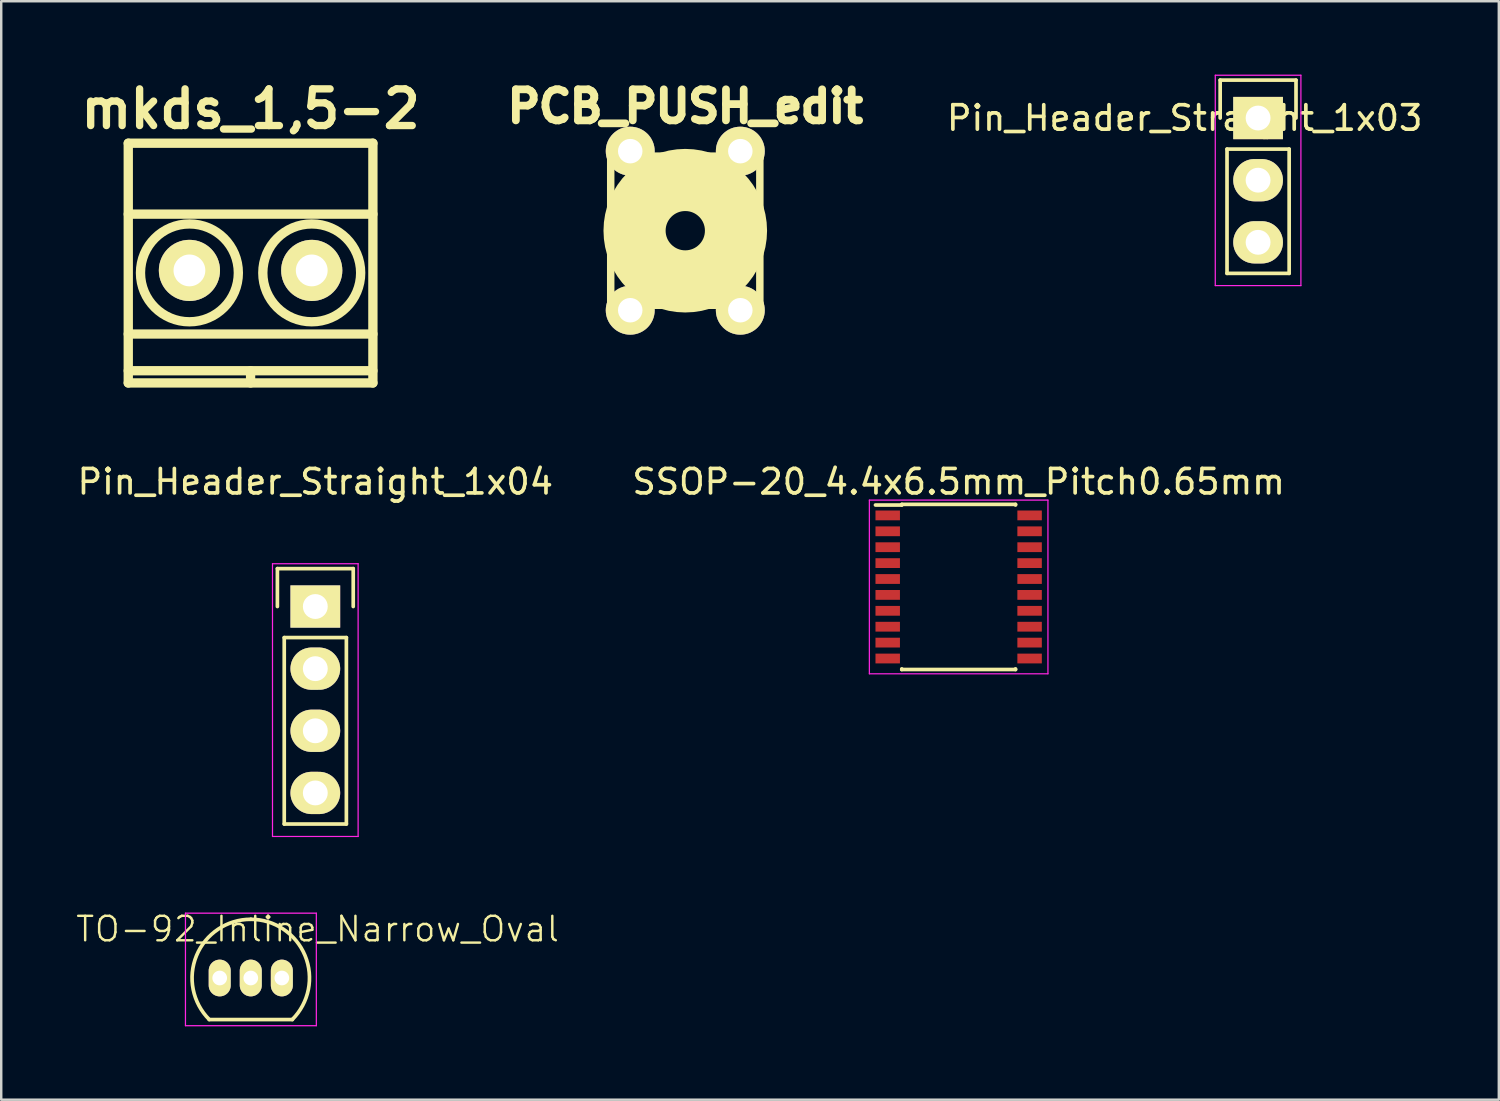
<source format=kicad_pcb>
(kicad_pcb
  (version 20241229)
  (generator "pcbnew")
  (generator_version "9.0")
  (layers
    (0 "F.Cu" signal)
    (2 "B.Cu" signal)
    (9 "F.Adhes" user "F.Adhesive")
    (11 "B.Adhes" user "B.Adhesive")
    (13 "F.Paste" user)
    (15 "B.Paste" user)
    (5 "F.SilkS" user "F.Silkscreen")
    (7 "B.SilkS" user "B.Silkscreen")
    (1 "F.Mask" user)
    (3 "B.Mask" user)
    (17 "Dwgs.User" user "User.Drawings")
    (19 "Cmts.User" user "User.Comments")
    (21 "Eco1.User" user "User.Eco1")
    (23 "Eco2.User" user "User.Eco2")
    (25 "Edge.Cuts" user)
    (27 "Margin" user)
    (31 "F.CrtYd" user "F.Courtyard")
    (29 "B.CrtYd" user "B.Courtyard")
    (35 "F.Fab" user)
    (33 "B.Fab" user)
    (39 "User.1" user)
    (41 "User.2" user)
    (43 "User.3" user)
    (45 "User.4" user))
  (footprint "Pin_Header_Straight_1x03"
    (layer "F.Cu")
    (at 48.377 1.775)
    (property "Reference" "Pin_Header_Straight_1x03" (at -3 0 0) (layer "F.SilkS") (effects (font (size 1 1) (thickness 0.15))))
    (attr through_hole)
    (fp_line (start -1.55 -1.55) (end 1.55 -1.55) (stroke (width 0.15) (type solid)) (layer "F.SilkS"))
    (fp_line (start -1.55 0) (end -1.55 -1.55) (stroke (width 0.15) (type solid)) (layer "F.SilkS"))
    (fp_line (start -1.27 1.27) (end -1.27 6.35) (stroke (width 0.15) (type solid)) (layer "F.SilkS"))
    (fp_line (start -1.27 6.35) (end 1.27 6.35) (stroke (width 0.15) (type solid)) (layer "F.SilkS"))
    (fp_line (start 1.27 1.27) (end -1.27 1.27) (stroke (width 0.15) (type solid)) (layer "F.SilkS"))
    (fp_line (start 1.27 6.35) (end 1.27 1.27) (stroke (width 0.15) (type solid)) (layer "F.SilkS"))
    (fp_line (start 1.55 -1.55) (end 1.55 0) (stroke (width 0.15) (type solid)) (layer "F.SilkS"))
    (fp_line (start -1.75 -1.75) (end -1.75 6.85) (stroke (width 0.05) (type solid)) (layer "F.CrtYd"))
    (fp_line (start -1.75 -1.75) (end 1.75 -1.75) (stroke (width 0.05) (type solid)) (layer "F.CrtYd"))
    (fp_line (start -1.75 6.85) (end 1.75 6.85) (stroke (width 0.05) (type solid)) (layer "F.CrtYd"))
    (fp_line (start 1.75 -1.75) (end 1.75 6.85) (stroke (width 0.05) (type solid)) (layer "F.CrtYd"))
    (pad "1" thru_hole rect (at 0 0) (size 2.032 1.727) (drill 1.016) (layers "*.Cu" "*.Mask" "F.SilkS"))
    (pad "2" thru_hole oval (at 0 2.54) (size 2.032 1.727) (drill 1.016) (layers "*.Cu" "*.Mask" "F.SilkS"))
    (pad "3" thru_hole oval (at 0 5.08) (size 2.032 1.727) (drill 1.016) (layers "*.Cu" "*.Mask" "F.SilkS")))
  (footprint "mkds_1,5-2"
    (layer "F.Cu")
    (at 7.193 8.004)
    (property "Reference" "mkds_1,5-2" (at 0 -6.6 0) (layer "F.SilkS") (effects (font (size 1.5 1.5) (thickness 0.3))))
    (attr through_hole)
    (fp_line (start -5 -5.2) (end -5 4.6) (stroke (width 0.381) (type solid)) (layer "F.SilkS"))
    (fp_line (start -5 -2.3) (end 5 -2.3) (stroke (width 0.381) (type solid)) (layer "F.SilkS"))
    (fp_line (start -5 2.6) (end 5 2.6) (stroke (width 0.381) (type solid)) (layer "F.SilkS"))
    (fp_line (start -5 4.1) (end 5 4.1) (stroke (width 0.381) (type solid)) (layer "F.SilkS"))
    (fp_line (start -5 4.6) (end 5 4.6) (stroke (width 0.381) (type solid)) (layer "F.SilkS"))
    (fp_line (start 0 4.1) (end 0 4.6) (stroke (width 0.381) (type solid)) (layer "F.SilkS"))
    (fp_line (start 5 -5.2) (end -5 -5.2) (stroke (width 0.381) (type solid)) (layer "F.SilkS"))
    (fp_line (start 5 4.6) (end 5 -5.2) (stroke (width 0.381) (type solid)) (layer "F.SilkS"))
    (fp_circle (center -2.5 0.1) (end -0.5 0.1) (stroke (width 0.381) (type solid)) (fill no) (layer "F.SilkS"))
    (fp_circle (center 2.5 0.1) (end 0.5 0.1) (stroke (width 0.381) (type solid)) (fill no) (layer "F.SilkS"))
    (pad "1" thru_hole circle (at -2.5 0) (size 2.5 2.5) (drill 1.3) (layers "*.Cu" "*.Mask" "F.SilkS"))
    (pad "2" thru_hole circle (at 2.5 0) (size 2.5 2.5) (drill 1.3) (layers "*.Cu" "*.Mask" "F.SilkS")))
  (footprint "TO-92_Inline_Narrow_Oval"
    (layer "F.Cu")
    (at 5.931 36.928)
    (property "Reference" "TO-92_Inline_Narrow_Oval" (at 4 -2 0) (layer "F.SilkS") (effects (font (size 1 1) (thickness 0.1))))
    (attr through_hole)
    (fp_line (start -0.43 1.7) (end 2.97 1.7) (stroke (width 0.15) (type solid)) (layer "F.SilkS"))
    (fp_arc (start -0.427056 1.697056) (mid -0.947311 -0.91844) (end 1.27 -2.4) (stroke (width 0.15) (type solid)) (layer "F.SilkS"))
    (fp_arc (start 1.27 -2.4) (mid 3.487311 -0.91844) (end 2.967056 1.697056) (stroke (width 0.15) (type solid)) (layer "F.SilkS"))
    (fp_line (start -1.4 -2.65) (end 3.95 -2.65) (stroke (width 0.05) (type solid)) (layer "F.CrtYd"))
    (fp_line (start -1.4 1.95) (end -1.4 -2.65) (stroke (width 0.05) (type solid)) (layer "F.CrtYd"))
    (fp_line (start -1.4 1.95) (end 3.95 1.95) (stroke (width 0.05) (type solid)) (layer "F.CrtYd"))
    (fp_line (start 3.95 1.95) (end 3.95 -2.65) (stroke (width 0.05) (type solid)) (layer "F.CrtYd"))
    (pad "1" thru_hole oval (at 0 0 180) (size 0.899 1.501) (drill 0.6) (layers "*.Cu" "*.Mask" "F.SilkS"))
    (pad "2" thru_hole oval (at 1.27 0 180) (size 0.899 1.501) (drill 0.6) (layers "*.Cu" "*.Mask" "F.SilkS"))
    (pad "3" thru_hole oval (at 2.54 0 180) (size 0.899 1.501) (drill 0.6) (layers "*.Cu" "*.Mask" "F.SilkS")))
  (footprint "SSOP-20_4.4x6.5mm_Pitch0.65mm"
    (layer "F.Cu")
    (at 36.137 20.943)
    (property "Reference" "SSOP-20_4.4x6.5mm_Pitch0.65mm" (at 0 -4.3 0) (layer "F.SilkS") (effects (font (size 1 1) (thickness 0.15))))
    (attr smd)
    (fp_line (start -2.325 -3.375) (end -2.325 -3.35) (stroke (width 0.15) (type solid)) (layer "F.SilkS"))
    (fp_line (start -2.325 -3.375) (end 2.325 -3.375) (stroke (width 0.15) (type solid)) (layer "F.SilkS"))
    (fp_line (start -2.325 -3.35) (end -3.4 -3.35) (stroke (width 0.15) (type solid)) (layer "F.SilkS"))
    (fp_line (start -2.325 3.375) (end -2.325 3.35) (stroke (width 0.15) (type solid)) (layer "F.SilkS"))
    (fp_line (start -2.325 3.375) (end 2.325 3.375) (stroke (width 0.15) (type solid)) (layer "F.SilkS"))
    (fp_line (start 2.325 -3.375) (end 2.325 -3.35) (stroke (width 0.15) (type solid)) (layer "F.SilkS"))
    (fp_line (start 2.325 3.375) (end 2.325 3.35) (stroke (width 0.15) (type solid)) (layer "F.SilkS"))
    (fp_line (start -3.65 -3.55) (end -3.65 3.55) (stroke (width 0.05) (type solid)) (layer "F.CrtYd"))
    (fp_line (start -3.65 -3.55) (end 3.65 -3.55) (stroke (width 0.05) (type solid)) (layer "F.CrtYd"))
    (fp_line (start -3.65 3.55) (end 3.65 3.55) (stroke (width 0.05) (type solid)) (layer "F.CrtYd"))
    (fp_line (start 3.65 -3.55) (end 3.65 3.55) (stroke (width 0.05) (type solid)) (layer "F.CrtYd"))
    (pad "1" smd rect (at -2.9 -2.925) (size 1 0.4) (layers "F.Cu" "F.Mask" "F.Paste"))
    (pad "2" smd rect (at -2.9 -2.275) (size 1 0.4) (layers "F.Cu" "F.Mask" "F.Paste"))
    (pad "3" smd rect (at -2.9 -1.625) (size 1 0.4) (layers "F.Cu" "F.Mask" "F.Paste"))
    (pad "4" smd rect (at -2.9 -0.975) (size 1 0.4) (layers "F.Cu" "F.Mask" "F.Paste"))
    (pad "5" smd rect (at -2.9 -0.325) (size 1 0.4) (layers "F.Cu" "F.Mask" "F.Paste"))
    (pad "6" smd rect (at -2.9 0.325) (size 1 0.4) (layers "F.Cu" "F.Mask" "F.Paste"))
    (pad "7" smd rect (at -2.9 0.975) (size 1 0.4) (layers "F.Cu" "F.Mask" "F.Paste"))
    (pad "8" smd rect (at -2.9 1.625) (size 1 0.4) (layers "F.Cu" "F.Mask" "F.Paste"))
    (pad "9" smd rect (at -2.9 2.275) (size 1 0.4) (layers "F.Cu" "F.Mask" "F.Paste"))
    (pad "10" smd rect (at -2.9 2.925) (size 1 0.4) (layers "F.Cu" "F.Mask" "F.Paste"))
    (pad "11" smd rect (at 2.9 2.925) (size 1 0.4) (layers "F.Cu" "F.Mask" "F.Paste"))
    (pad "12" smd rect (at 2.9 2.275) (size 1 0.4) (layers "F.Cu" "F.Mask" "F.Paste"))
    (pad "13" smd rect (at 2.9 1.625) (size 1 0.4) (layers "F.Cu" "F.Mask" "F.Paste"))
    (pad "14" smd rect (at 2.9 0.975) (size 1 0.4) (layers "F.Cu" "F.Mask" "F.Paste"))
    (pad "15" smd rect (at 2.9 0.325) (size 1 0.4) (layers "F.Cu" "F.Mask" "F.Paste"))
    (pad "16" smd rect (at 2.9 -0.325) (size 1 0.4) (layers "F.Cu" "F.Mask" "F.Paste"))
    (pad "17" smd rect (at 2.9 -0.975) (size 1 0.4) (layers "F.Cu" "F.Mask" "F.Paste"))
    (pad "18" smd rect (at 2.9 -1.625) (size 1 0.4) (layers "F.Cu" "F.Mask" "F.Paste"))
    (pad "19" smd rect (at 2.9 -2.275) (size 1 0.4) (layers "F.Cu" "F.Mask" "F.Paste"))
    (pad "20" smd rect (at 2.9 -2.925) (size 1 0.4) (layers "F.Cu" "F.Mask" "F.Paste")))
  (footprint "PCB_PUSH_edit"
    (layer "F.Cu")
    (at 24.962 6.38)
    (property "Reference" "PCB_PUSH_edit" (at 0 -5.08 0) (layer "F.SilkS") (effects (font (size 1.27 1.27) (thickness 0.318))))
    (attr through_hole)
    (fp_line (start -3.048 -3.048) (end 3.048 -3.048) (stroke (width 0.305) (type solid)) (layer "F.SilkS"))
    (fp_line (start -3.048 3.048) (end -3.048 -3.048) (stroke (width 0.305) (type solid)) (layer "F.SilkS"))
    (fp_line (start 3.048 -3.048) (end 3.048 3.048) (stroke (width 0.305) (type solid)) (layer "F.SilkS"))
    (fp_line (start 3.048 3.048) (end -3.048 3.048) (stroke (width 0.305) (type solid)) (layer "F.SilkS"))
    (fp_circle (center 0 0) (end -0.762 0.254) (stroke (width 2.54) (type solid)) (fill no) (layer "F.SilkS"))
    (pad "1" thru_hole circle (at -2.25 -3.251) (size 1.999 1.999) (drill 1.001) (layers "*.Cu" "*.Mask" "F.SilkS"))
    (pad "1" thru_hole circle (at -2.25 3.251) (size 1.999 1.999) (drill 1.001) (layers "*.Cu" "*.Mask" "F.SilkS"))
    (pad "2" thru_hole circle (at 2.25 -3.251) (size 1.999 1.999) (drill 1.001) (layers "*.Cu" "*.Mask" "F.SilkS"))
    (pad "2" thru_hole circle (at 2.25 3.251) (size 1.999 1.999) (drill 1.001) (layers "*.Cu" "*.Mask" "F.SilkS")))
  (footprint "Pin_Header_Straight_1x04"
    (layer "F.Cu")
    (at 9.839 21.743)
    (property "Reference" "Pin_Header_Straight_1x04" (at 0 -5.1 0) (layer "F.SilkS") (effects (font (size 1 1) (thickness 0.15))))
    (attr through_hole)
    (fp_line (start -1.55 -1.55) (end 1.55 -1.55) (stroke (width 0.15) (type solid)) (layer "F.SilkS"))
    (fp_line (start -1.55 0) (end -1.55 -1.55) (stroke (width 0.15) (type solid)) (layer "F.SilkS"))
    (fp_line (start -1.27 1.27) (end -1.27 8.89) (stroke (width 0.15) (type solid)) (layer "F.SilkS"))
    (fp_line (start -1.27 8.89) (end 1.27 8.89) (stroke (width 0.15) (type solid)) (layer "F.SilkS"))
    (fp_line (start 1.27 1.27) (end -1.27 1.27) (stroke (width 0.15) (type solid)) (layer "F.SilkS"))
    (fp_line (start 1.27 1.27) (end 1.27 8.89) (stroke (width 0.15) (type solid)) (layer "F.SilkS"))
    (fp_line (start 1.55 -1.55) (end 1.55 0) (stroke (width 0.15) (type solid)) (layer "F.SilkS"))
    (fp_line (start -1.75 -1.75) (end -1.75 9.4) (stroke (width 0.05) (type solid)) (layer "F.CrtYd"))
    (fp_line (start -1.75 -1.75) (end 1.75 -1.75) (stroke (width 0.05) (type solid)) (layer "F.CrtYd"))
    (fp_line (start -1.75 9.4) (end 1.75 9.4) (stroke (width 0.05) (type solid)) (layer "F.CrtYd"))
    (fp_line (start 1.75 -1.75) (end 1.75 9.4) (stroke (width 0.05) (type solid)) (layer "F.CrtYd"))
    (pad "1" thru_hole rect (at 0 0) (size 2.032 1.727) (drill 1.016) (layers "*.Cu" "*.Mask" "F.SilkS"))
    (pad "2" thru_hole oval (at 0 2.54) (size 2.032 1.727) (drill 1.016) (layers "*.Cu" "*.Mask" "F.SilkS"))
    (pad "3" thru_hole oval (at 0 5.08) (size 2.032 1.727) (drill 1.016) (layers "*.Cu" "*.Mask" "F.SilkS"))
    (pad "4" thru_hole oval (at 0 7.62) (size 2.032 1.727) (drill 1.016) (layers "*.Cu" "*.Mask" "F.SilkS")))
  (gr_rect
    (start -3 -3)
    (end 58.217 41.903)
    (stroke (width 0.1) (type default))
    (fill no)
    (layer "Edge.Cuts")))
</source>
